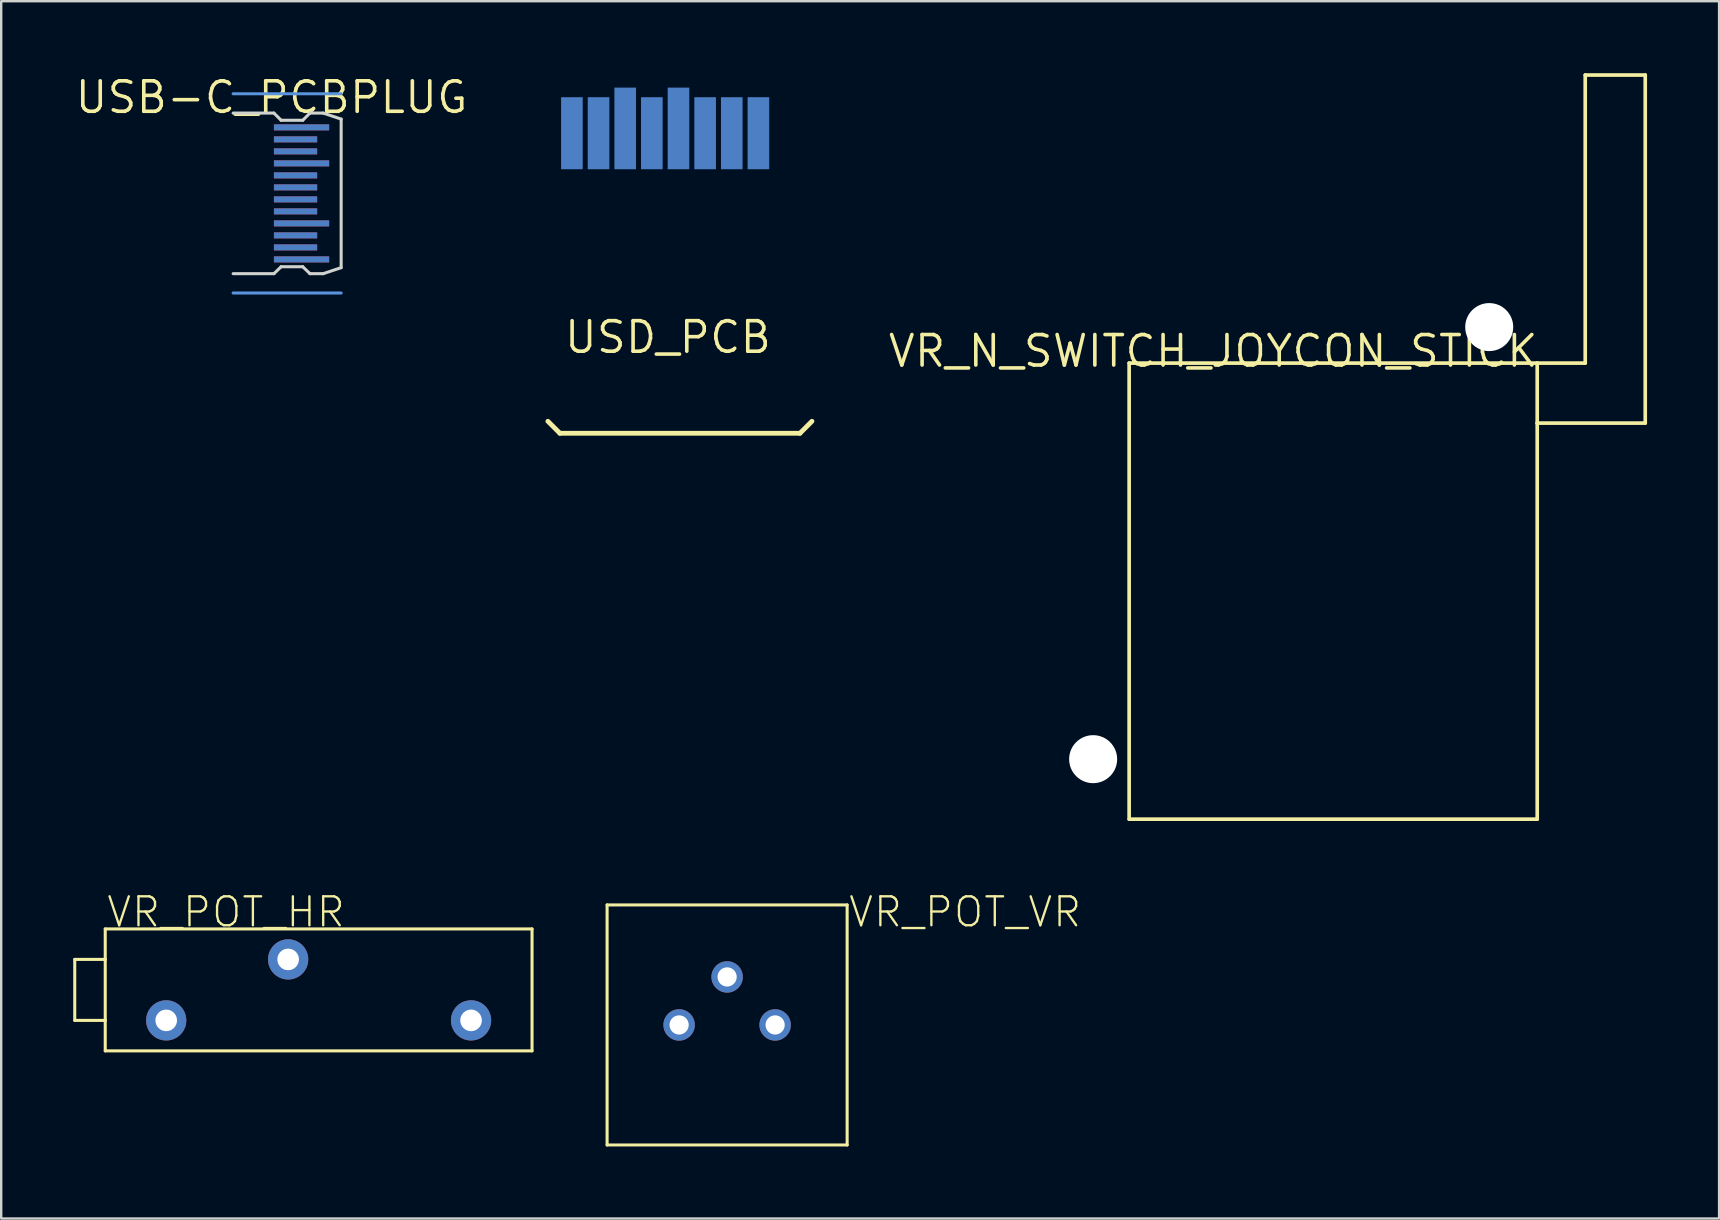
<source format=kicad_pcb>
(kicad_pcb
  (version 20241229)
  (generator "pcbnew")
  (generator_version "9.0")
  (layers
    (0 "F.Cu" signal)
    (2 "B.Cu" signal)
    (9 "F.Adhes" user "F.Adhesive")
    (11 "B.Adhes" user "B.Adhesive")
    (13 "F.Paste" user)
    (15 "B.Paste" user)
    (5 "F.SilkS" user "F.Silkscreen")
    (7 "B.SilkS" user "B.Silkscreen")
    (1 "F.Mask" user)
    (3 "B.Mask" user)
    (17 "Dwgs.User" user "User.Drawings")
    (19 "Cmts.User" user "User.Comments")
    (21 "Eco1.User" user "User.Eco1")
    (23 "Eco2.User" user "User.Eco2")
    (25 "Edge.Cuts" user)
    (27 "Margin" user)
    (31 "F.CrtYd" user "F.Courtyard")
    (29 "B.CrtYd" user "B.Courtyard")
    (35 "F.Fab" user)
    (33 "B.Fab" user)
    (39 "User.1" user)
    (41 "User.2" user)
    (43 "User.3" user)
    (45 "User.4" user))
  (footprint "USD_PCB"
    (layer "F.Cu")
    (at 19.775 15)
    (property "Reference" "USD_PCB" (at 5 -4 0) (layer "F.SilkS") (effects (font (size 1.27 1.27) (thickness 0.15))))
    (attr through_hole)
    (fp_poly (pts (xy 0 -11) (xy 9.5 -11) (xy 9.5 -15) (xy 0 -15)) (stroke (width 0) (type solid)) (fill yes) (layer "B.Mask"))
    (fp_line (start 0 -0.5) (end 0.5 0) (stroke (width 0.2) (type solid)) (layer "F.SilkS"))
    (fp_line (start 0.5 0) (end 10.5 0) (stroke (width 0.2) (type solid)) (layer "F.SilkS"))
    (fp_line (start 10.5 0) (end 11 -0.5) (stroke (width 0.2) (type solid)) (layer "F.SilkS"))
    (fp_line (start 0 -14.5) (end 0.5 -15) (stroke (width 0.000128) (type solid)) (layer "Edge.Cuts"))
    (fp_line (start 0 -0.5) (end 0 -14.5) (stroke (width 0.000128) (type solid)) (layer "Edge.Cuts"))
    (fp_line (start 0.5 -15) (end 9 -15) (stroke (width 0.000128) (type solid)) (layer "Edge.Cuts"))
    (fp_line (start 9 -15) (end 9.5 -14.5) (stroke (width 0.000128) (type solid)) (layer "Edge.Cuts"))
    (fp_line (start 9.5 -14.5) (end 9.5 -10) (stroke (width 0.000128) (type solid)) (layer "Edge.Cuts"))
    (fp_line (start 9.5 -10) (end 11 -8.5) (stroke (width 0.000128) (type solid)) (layer "Edge.Cuts"))
    (fp_line (start 10 -7) (end 10 -6) (stroke (width 0.000128) (type solid)) (layer "Edge.Cuts"))
    (fp_line (start 10 -6) (end 11 -5) (stroke (width 0.000128) (type solid)) (layer "Edge.Cuts"))
    (fp_line (start 11 -8.5) (end 11 -7) (stroke (width 0.000128) (type solid)) (layer "Edge.Cuts"))
    (fp_line (start 11 -7) (end 10 -7) (stroke (width 0.000128) (type solid)) (layer "Edge.Cuts"))
    (fp_line (start 11 -5) (end 11 -0.5) (stroke (width 0.000128) (type solid)) (layer "Edge.Cuts"))
    (pad "P$1" smd rect (at 8.77 -12.5 180) (size 0.9 3) (layers "B.Cu" "B.Mask"))
    (pad "P$2" smd rect (at 7.66 -12.5 180) (size 0.9 3) (layers "B.Cu" "B.Mask"))
    (pad "P$3" smd rect (at 6.55 -12.5 180) (size 0.9 3) (layers "B.Cu" "B.Mask"))
    (pad "P$4" smd rect (at 5.44 -12.7 180) (size 0.9 3.4) (layers "B.Cu" "B.Mask"))
    (pad "P$5" smd rect (at 4.33 -12.5 180) (size 0.9 3) (layers "B.Cu" "B.Mask"))
    (pad "P$6" smd rect (at 3.22 -12.7 180) (size 0.9 3.4) (layers "B.Cu" "B.Mask"))
    (pad "P$7" smd rect (at 2.11 -12.5 180) (size 0.9 3) (layers "B.Cu" "B.Mask"))
    (pad "P$8" smd rect (at 1 -12.5 180) (size 0.9 3) (layers "B.Cu" "B.Mask")))
  (footprint "VR_POT_VR"
    (layer "F.Cu")
    (at 27.241 39.648)
    (property "Reference" "VR_POT_VR" (at 5 -4 0) (layer "F.SilkS") (effects (font (size 1.206 1.206) (thickness 0.097)) (justify left bottom)))
    (attr through_hole)
    (fp_line (start -5 -5) (end -5 5) (stroke (width 0.127) (type solid)) (layer "F.SilkS"))
    (fp_line (start -5 5) (end 5 5) (stroke (width 0.127) (type solid)) (layer "F.SilkS"))
    (fp_line (start 5 -5) (end -5 -5) (stroke (width 0.127) (type solid)) (layer "F.SilkS"))
    (fp_line (start 5 5) (end 5 -5) (stroke (width 0.127) (type solid)) (layer "F.SilkS"))
    (pad "P$1" thru_hole circle (at -2 0) (size 1.308 1.308) (drill 0.8) (layers "*.Cu" "*.Mask"))
    (pad "P$2" thru_hole circle (at 2 0) (size 1.308 1.308) (drill 0.8) (layers "*.Cu" "*.Mask"))
    (pad "P$3" thru_hole circle (at 0 -2) (size 1.308 1.308) (drill 0.8) (layers "*.Cu" "*.Mask")))
  (footprint "VR_N_SWITCH_JOYCON_STICK"
    (layer "F.Cu")
    (at 52.489 21.576)
    (property "Reference" "VR_N_SWITCH_JOYCON_STICK" (at -5 -10 0) (layer "F.SilkS") (effects (font (size 1.27 1.27) (thickness 0.15))))
    (attr through_hole)
    (fp_line (start -8.5 -9.5) (end 8.5 -9.5) (stroke (width 0.152) (type solid)) (layer "F.SilkS"))
    (fp_line (start -8.5 9.5) (end -8.5 -9.5) (stroke (width 0.152) (type solid)) (layer "F.SilkS"))
    (fp_line (start 8.5 -9.5) (end 8.5 -7) (stroke (width 0.152) (type solid)) (layer "F.SilkS"))
    (fp_line (start 8.5 -7) (end 8.5 9.5) (stroke (width 0.152) (type solid)) (layer "F.SilkS"))
    (fp_line (start 8.5 -7) (end 13 -7) (stroke (width 0.152) (type solid)) (layer "F.SilkS"))
    (fp_line (start 8.5 9.5) (end -8.5 9.5) (stroke (width 0.152) (type solid)) (layer "F.SilkS"))
    (fp_line (start 10.5 -21.5) (end 10.5 -9.5) (stroke (width 0.152) (type solid)) (layer "F.SilkS"))
    (fp_line (start 10.5 -21.5) (end 13 -21.5) (stroke (width 0.152) (type solid)) (layer "F.SilkS"))
    (fp_line (start 10.5 -9.5) (end 8.5 -9.5) (stroke (width 0.152) (type solid)) (layer "F.SilkS"))
    (fp_line (start 13 -21.5) (end 13 -7) (stroke (width 0.152) (type solid)) (layer "F.SilkS"))
    (pad "" np_thru_hole circle (at -10 7) (size 2 2) (drill 2) (layers "*.Cu" "*.Mask"))
    (pad "" np_thru_hole circle (at 6.5 -11) (size 2 2) (drill 2) (layers "*.Cu" "*.Mask")))
  (footprint "VR_POT_HR"
    (layer "F.Cu")
    (at 8.954 38.188)
    (property "Reference" "VR_POT_HR" (at -7.62 -2.54 0) (layer "F.SilkS") (effects (font (size 1.206 1.206) (thickness 0.097)) (justify left bottom)))
    (attr through_hole)
    (fp_line (start -8.89 -1.27) (end -8.89 1.27) (stroke (width 0.127) (type solid)) (layer "F.SilkS"))
    (fp_line (start -8.89 1.27) (end -7.62 1.27) (stroke (width 0.127) (type solid)) (layer "F.SilkS"))
    (fp_line (start -7.62 -2.54) (end -7.62 -1.27) (stroke (width 0.127) (type solid)) (layer "F.SilkS"))
    (fp_line (start -7.62 -1.27) (end -8.89 -1.27) (stroke (width 0.127) (type solid)) (layer "F.SilkS"))
    (fp_line (start -7.62 -1.27) (end -7.62 1.27) (stroke (width 0.127) (type solid)) (layer "F.SilkS"))
    (fp_line (start -7.62 1.27) (end -7.62 2.54) (stroke (width 0.127) (type solid)) (layer "F.SilkS"))
    (fp_line (start 10.16 -2.54) (end -7.62 -2.54) (stroke (width 0.127) (type solid)) (layer "F.SilkS"))
    (fp_line (start 10.16 -2.54) (end 10.16 2.54) (stroke (width 0.127) (type solid)) (layer "F.SilkS"))
    (fp_line (start 10.16 2.54) (end -7.62 2.54) (stroke (width 0.127) (type solid)) (layer "F.SilkS"))
    (pad "1" thru_hole circle (at -5.08 1.27) (size 1.676 1.676) (drill 0.9) (layers "*.Cu" "*.Mask"))
    (pad "2" thru_hole circle (at 7.62 1.27) (size 1.676 1.676) (drill 0.9) (layers "*.Cu" "*.Mask"))
    (pad "3" thru_hole circle (at 0 -1.27) (size 1.676 1.676) (drill 0.9) (layers "*.Cu" "*.Mask")))
  (footprint "USB-C_PCBPLUG"
    (layer "F.Cu")
    (at 9.262 5.006)
    (property "Reference" "USB-C_PCBPLUG" (at -1 -4 0) (layer "F.SilkS") (effects (font (size 1.27 1.27) (thickness 0.15))))
    (attr through_hole)
    (fp_poly (pts (xy -1 3.5) (xy 2 3.5) (xy 2 -3.5) (xy -1 -3.5)) (stroke (width 0) (type solid)) (fill yes) (layer "F.Mask"))
    (fp_poly (pts (xy -1 3.5) (xy 2 3.5) (xy 2 -3.5) (xy -1 -3.5)) (stroke (width 0) (type solid)) (fill yes) (layer "B.Mask"))
    (fp_line (start -2.6 -4.15) (end 1.9 -4.15) (stroke (width 0.127) (type solid)) (layer "Cmts.User"))
    (fp_line (start -2.6 4.15) (end 1.9 4.15) (stroke (width 0.127) (type solid)) (layer "Cmts.User"))
    (fp_line (start -2.6 -3.345) (end -0.9 -3.345) (stroke (width 0.127) (type solid)) (layer "Edge.Cuts"))
    (fp_line (start -2.6 3.345) (end -0.9 3.345) (stroke (width 0.127) (type solid)) (layer "Edge.Cuts"))
    (fp_line (start -0.9 -3.345) (end -0.6 -3.045) (stroke (width 0.127) (type solid)) (layer "Edge.Cuts"))
    (fp_line (start -0.9 3.345) (end -0.6 3.055) (stroke (width 0.127) (type solid)) (layer "Edge.Cuts"))
    (fp_line (start -0.6 -3.045) (end 0.3 -3.045) (stroke (width 0.127) (type solid)) (layer "Edge.Cuts"))
    (fp_line (start -0.6 3.055) (end 0.3 3.055) (stroke (width 0.127) (type solid)) (layer "Edge.Cuts"))
    (fp_line (start 0.3 -3.045) (end 0.6 -3.345) (stroke (width 0.127) (type solid)) (layer "Edge.Cuts"))
    (fp_line (start 0.3 3.055) (end 0.6 3.345) (stroke (width 0.127) (type solid)) (layer "Edge.Cuts"))
    (fp_line (start 0.6 -3.345) (end 1.15 -3.345) (stroke (width 0.127) (type solid)) (layer "Edge.Cuts"))
    (fp_line (start 0.6 3.345) (end 1.15 3.345) (stroke (width 0.127) (type solid)) (layer "Edge.Cuts"))
    (fp_line (start 1.15 -3.345) (end 1.9 -3.095) (stroke (width 0.127) (type solid)) (layer "Edge.Cuts"))
    (fp_line (start 1.9 -3.095) (end 1.9 3.095) (stroke (width 0.127) (type solid)) (layer "Edge.Cuts"))
    (fp_line (start 1.9 3.095) (end 1.15 3.345) (stroke (width 0.127) (type solid)) (layer "Edge.Cuts"))
    (pad "P$A1" smd rect (at 0.25 2.75) (size 2.3 0.25) (layers "F.Cu" "F.Mask" "F.Paste"))
    (pad "P$A2" smd rect (at 0 2.25) (size 1.8 0.25) (layers "F.Cu" "F.Mask" "F.Paste"))
    (pad "P$A3" smd rect (at 0 1.75) (size 1.8 0.25) (layers "F.Cu" "F.Mask" "F.Paste"))
    (pad "P$A4" smd rect (at 0.25 1.25) (size 2.3 0.25) (layers "F.Cu" "F.Mask" "F.Paste"))
    (pad "P$A5" smd rect (at 0 0.75) (size 1.8 0.25) (layers "F.Cu" "F.Mask" "F.Paste"))
    (pad "P$A6" smd rect (at 0 0.25) (size 1.8 0.25) (layers "F.Cu" "F.Mask" "F.Paste"))
    (pad "P$A7" smd rect (at 0 -0.25) (size 1.8 0.25) (layers "F.Cu" "F.Mask" "F.Paste"))
    (pad "P$A8" smd rect (at 0 -0.75) (size 1.8 0.25) (layers "F.Cu" "F.Mask" "F.Paste"))
    (pad "P$A9" smd rect (at 0.25 -1.25) (size 2.3 0.25) (layers "F.Cu" "F.Mask" "F.Paste"))
    (pad "P$A10" smd rect (at 0 -1.75) (size 1.8 0.25) (layers "F.Cu" "F.Mask" "F.Paste"))
    (pad "P$A11" smd rect (at 0 -2.25) (size 1.8 0.25) (layers "F.Cu" "F.Mask" "F.Paste"))
    (pad "P$A12" smd rect (at 0.25 -2.75) (size 2.3 0.25) (layers "F.Cu" "F.Mask" "F.Paste"))
    (pad "P$B1" smd rect (at 0.25 -2.75) (size 2.3 0.25) (layers "B.Cu" "B.Mask" "B.Paste"))
    (pad "P$B2" smd rect (at 0 -2.25) (size 1.8 0.25) (layers "B.Cu" "B.Mask" "B.Paste"))
    (pad "P$B3" smd rect (at 0 -1.75) (size 1.8 0.25) (layers "B.Cu" "B.Mask" "B.Paste"))
    (pad "P$B4" smd rect (at 0.25 -1.25) (size 2.3 0.25) (layers "B.Cu" "B.Mask" "B.Paste"))
    (pad "P$B5" smd rect (at 0 -0.75) (size 1.8 0.25) (layers "B.Cu" "B.Mask" "B.Paste"))
    (pad "P$B6" smd rect (at 0 -0.25) (size 1.8 0.25) (layers "B.Cu" "B.Mask" "B.Paste"))
    (pad "P$B7" smd rect (at 0 0.25) (size 1.8 0.25) (layers "B.Cu" "B.Mask" "B.Paste"))
    (pad "P$B8" smd rect (at 0 0.75) (size 1.8 0.25) (layers "B.Cu" "B.Mask" "B.Paste"))
    (pad "P$B9" smd rect (at 0.25 1.25) (size 2.3 0.25) (layers "B.Cu" "B.Mask" "B.Paste"))
    (pad "P$B10" smd rect (at 0 1.75) (size 1.8 0.25) (layers "B.Cu" "B.Mask" "B.Paste"))
    (pad "P$B11" smd rect (at 0 2.25) (size 1.8 0.25) (layers "B.Cu" "B.Mask" "B.Paste"))
    (pad "P$B12" smd rect (at 0.25 2.75) (size 2.3 0.25) (layers "B.Cu" "B.Mask" "B.Paste")))
  (gr_rect
    (start -3 -3)
    (end 68.565 47.712)
    (stroke (width 0.1) (type default))
    (fill no)
    (layer "Edge.Cuts")))
</source>
